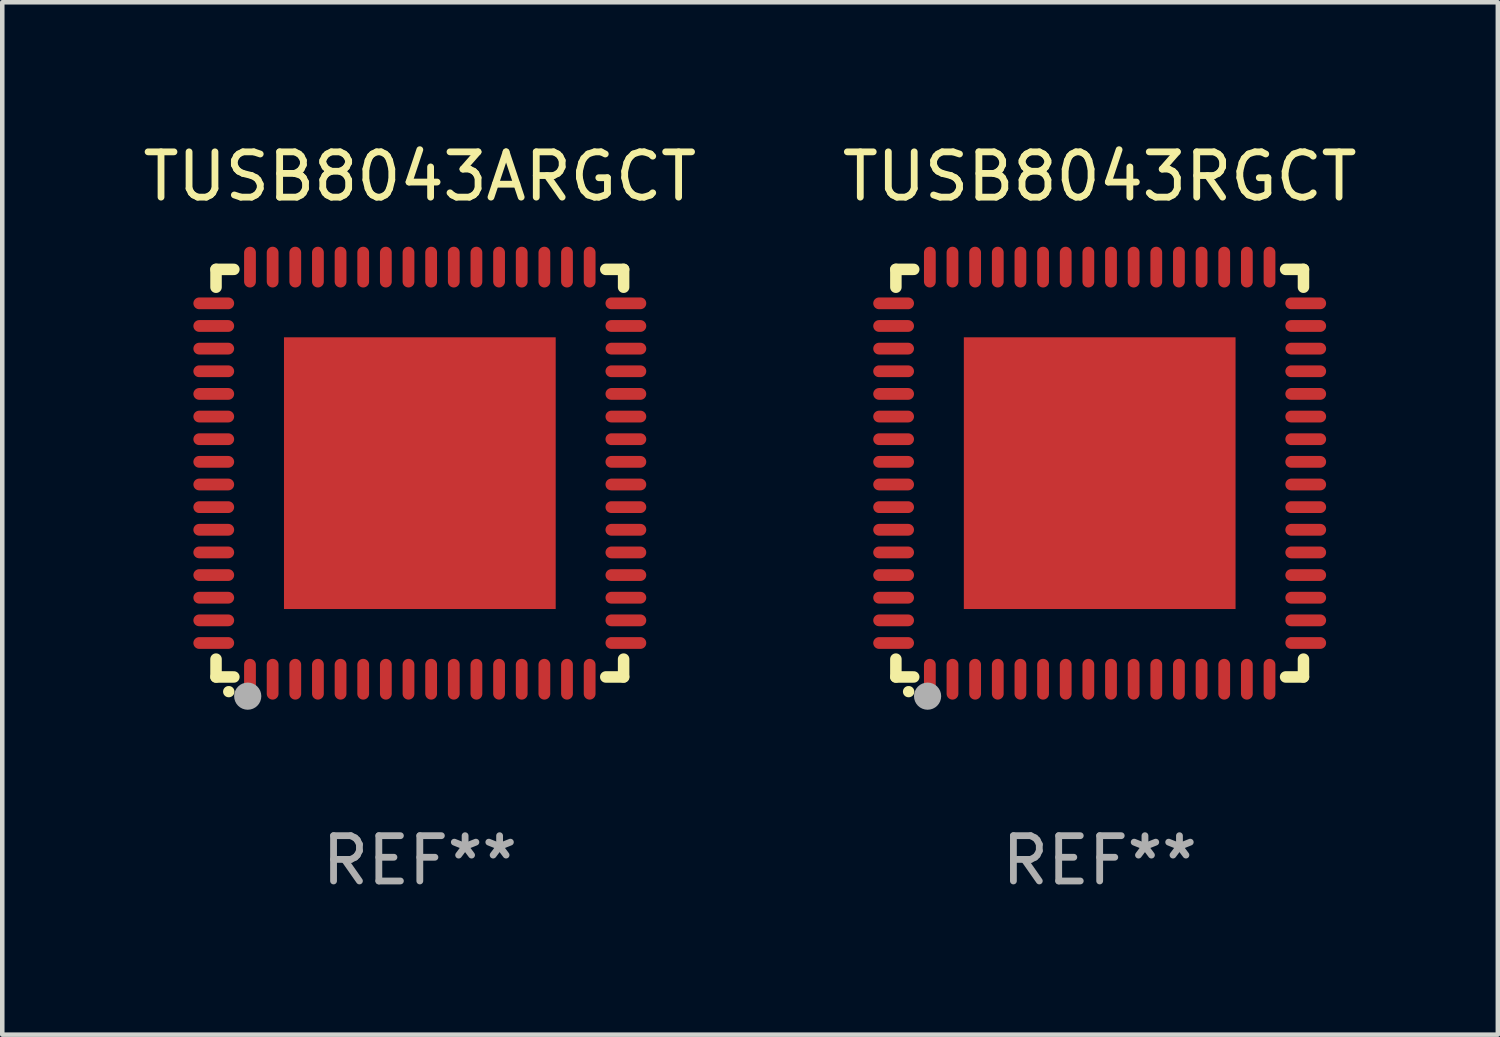
<source format=kicad_pcb>
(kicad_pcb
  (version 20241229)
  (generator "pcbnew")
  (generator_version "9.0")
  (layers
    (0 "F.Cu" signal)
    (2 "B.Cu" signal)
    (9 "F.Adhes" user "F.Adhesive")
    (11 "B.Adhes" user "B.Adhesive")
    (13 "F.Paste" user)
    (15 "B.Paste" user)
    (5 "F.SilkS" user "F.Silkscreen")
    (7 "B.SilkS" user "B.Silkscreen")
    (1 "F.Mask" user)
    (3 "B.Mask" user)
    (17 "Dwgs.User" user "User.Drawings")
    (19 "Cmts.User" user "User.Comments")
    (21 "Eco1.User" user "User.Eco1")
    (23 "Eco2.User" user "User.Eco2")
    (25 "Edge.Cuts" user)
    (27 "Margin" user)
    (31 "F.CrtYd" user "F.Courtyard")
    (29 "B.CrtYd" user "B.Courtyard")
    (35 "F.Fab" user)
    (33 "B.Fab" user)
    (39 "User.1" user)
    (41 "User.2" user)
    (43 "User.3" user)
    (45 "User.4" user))
  (footprint "TUSB8043ARGCT"
    (layer "F.Cu")
    (at 6.22 7.398)
    (property "Reference" "TUSB8043ARGCT" (at 0 -6.55 0) (layer "F.SilkS") (effects (font (size 1 1) (thickness 0.15))))
    (attr through_hole)
    (fp_line (start -4.5 -4.5) (end -4.106 -4.5) (stroke (width 0.254) (type solid)) (layer "F.SilkS"))
    (fp_line (start -4.5 -4.106) (end -4.5 -4.5) (stroke (width 0.254) (type solid)) (layer "F.SilkS"))
    (fp_line (start -4.5 4.5) (end -4.5 4.106) (stroke (width 0.254) (type solid)) (layer "F.SilkS"))
    (fp_line (start -4.106 4.5) (end -4.5 4.5) (stroke (width 0.254) (type solid)) (layer "F.SilkS"))
    (fp_line (start 4.106 -4.5) (end 4.5 -4.5) (stroke (width 0.254) (type solid)) (layer "F.SilkS"))
    (fp_line (start 4.5 -4.5) (end 4.5 -4.106) (stroke (width 0.254) (type solid)) (layer "F.SilkS"))
    (fp_line (start 4.5 4.106) (end 4.5 4.5) (stroke (width 0.254) (type solid)) (layer "F.SilkS"))
    (fp_line (start 4.5 4.5) (end 4.106 4.5) (stroke (width 0.254) (type solid)) (layer "F.SilkS"))
    (fp_arc (start -4.220041 4.824308) (mid -4.218771 4.824302) (end -4.217501 4.824308) (stroke (width 0.24892) (type solid)) (layer "F.SilkS"))
    (fp_circle (center -4.5 4.5) (end -4.47 4.5) (stroke (width 0.06) (type solid)) (fill no) (layer "F.SilkS"))
    (fp_circle (center -3.8 4.924) (end -3.65 4.924) (stroke (width 0.3) (type solid)) (fill no) (layer "F.Fab"))
    (fp_text user "REF**" (at 0 8.55 0) (layer "F.Fab") (effects (font (size 1 1) (thickness 0.15))))
    (pad "1" smd oval (at -3.75 4.55 90) (size 0.9 0.26) (layers "F.Cu" "F.Mask" "F.Paste"))
    (pad "2" smd oval (at -3.25 4.55 90) (size 0.9 0.26) (layers "F.Cu" "F.Mask" "F.Paste"))
    (pad "3" smd oval (at -2.75 4.55 90) (size 0.9 0.26) (layers "F.Cu" "F.Mask" "F.Paste"))
    (pad "4" smd oval (at -2.25 4.55 90) (size 0.9 0.26) (layers "F.Cu" "F.Mask" "F.Paste"))
    (pad "5" smd oval (at -1.75 4.55 90) (size 0.9 0.26) (layers "F.Cu" "F.Mask" "F.Paste"))
    (pad "6" smd oval (at -1.25 4.55 90) (size 0.9 0.26) (layers "F.Cu" "F.Mask" "F.Paste"))
    (pad "7" smd oval (at -0.75 4.55 90) (size 0.9 0.26) (layers "F.Cu" "F.Mask" "F.Paste"))
    (pad "8" smd oval (at -0.25 4.55 90) (size 0.9 0.26) (layers "F.Cu" "F.Mask" "F.Paste"))
    (pad "9" smd oval (at 0.25 4.55 90) (size 0.9 0.26) (layers "F.Cu" "F.Mask" "F.Paste"))
    (pad "10" smd oval (at 0.75 4.55 90) (size 0.9 0.26) (layers "F.Cu" "F.Mask" "F.Paste"))
    (pad "11" smd oval (at 1.25 4.55 90) (size 0.9 0.26) (layers "F.Cu" "F.Mask" "F.Paste"))
    (pad "12" smd oval (at 1.75 4.55 90) (size 0.9 0.26) (layers "F.Cu" "F.Mask" "F.Paste"))
    (pad "13" smd oval (at 2.25 4.55 90) (size 0.9 0.26) (layers "F.Cu" "F.Mask" "F.Paste"))
    (pad "14" smd oval (at 2.75 4.55 90) (size 0.9 0.26) (layers "F.Cu" "F.Mask" "F.Paste"))
    (pad "15" smd oval (at 3.25 4.55 90) (size 0.9 0.26) (layers "F.Cu" "F.Mask" "F.Paste"))
    (pad "16" smd oval (at 3.75 4.55 90) (size 0.9 0.26) (layers "F.Cu" "F.Mask" "F.Paste"))
    (pad "17" smd oval (at 4.55 3.75 90) (size 0.26 0.9) (layers "F.Cu" "F.Mask" "F.Paste"))
    (pad "18" smd oval (at 4.55 3.25 90) (size 0.26 0.9) (layers "F.Cu" "F.Mask" "F.Paste"))
    (pad "19" smd oval (at 4.55 2.75 90) (size 0.26 0.9) (layers "F.Cu" "F.Mask" "F.Paste"))
    (pad "20" smd oval (at 4.55 2.25 90) (size 0.26 0.9) (layers "F.Cu" "F.Mask" "F.Paste"))
    (pad "21" smd oval (at 4.55 1.75 90) (size 0.26 0.9) (layers "F.Cu" "F.Mask" "F.Paste"))
    (pad "22" smd oval (at 4.55 1.25 90) (size 0.26 0.9) (layers "F.Cu" "F.Mask" "F.Paste"))
    (pad "23" smd oval (at 4.55 0.75 90) (size 0.26 0.9) (layers "F.Cu" "F.Mask" "F.Paste"))
    (pad "24" smd oval (at 4.55 0.25 90) (size 0.26 0.9) (layers "F.Cu" "F.Mask" "F.Paste"))
    (pad "25" smd oval (at 4.55 -0.25 90) (size 0.26 0.9) (layers "F.Cu" "F.Mask" "F.Paste"))
    (pad "26" smd oval (at 4.55 -0.75 90) (size 0.26 0.9) (layers "F.Cu" "F.Mask" "F.Paste"))
    (pad "27" smd oval (at 4.55 -1.25 90) (size 0.26 0.9) (layers "F.Cu" "F.Mask" "F.Paste"))
    (pad "28" smd oval (at 4.55 -1.75 90) (size 0.26 0.9) (layers "F.Cu" "F.Mask" "F.Paste"))
    (pad "29" smd oval (at 4.55 -2.25 90) (size 0.26 0.9) (layers "F.Cu" "F.Mask" "F.Paste"))
    (pad "30" smd oval (at 4.55 -2.75 90) (size 0.26 0.9) (layers "F.Cu" "F.Mask" "F.Paste"))
    (pad "31" smd oval (at 4.55 -3.25 90) (size 0.26 0.9) (layers "F.Cu" "F.Mask" "F.Paste"))
    (pad "32" smd oval (at 4.55 -3.75 90) (size 0.26 0.9) (layers "F.Cu" "F.Mask" "F.Paste"))
    (pad "33" smd oval (at 3.75 -4.55 90) (size 0.9 0.26) (layers "F.Cu" "F.Mask" "F.Paste"))
    (pad "34" smd oval (at 3.25 -4.55 90) (size 0.9 0.26) (layers "F.Cu" "F.Mask" "F.Paste"))
    (pad "35" smd oval (at 2.75 -4.55 90) (size 0.9 0.26) (layers "F.Cu" "F.Mask" "F.Paste"))
    (pad "36" smd oval (at 2.25 -4.55 90) (size 0.9 0.26) (layers "F.Cu" "F.Mask" "F.Paste"))
    (pad "37" smd oval (at 1.75 -4.55 90) (size 0.9 0.26) (layers "F.Cu" "F.Mask" "F.Paste"))
    (pad "38" smd oval (at 1.25 -4.55 90) (size 0.9 0.26) (layers "F.Cu" "F.Mask" "F.Paste"))
    (pad "39" smd oval (at 0.75 -4.55 90) (size 0.9 0.26) (layers "F.Cu" "F.Mask" "F.Paste"))
    (pad "40" smd oval (at 0.25 -4.55 90) (size 0.9 0.26) (layers "F.Cu" "F.Mask" "F.Paste"))
    (pad "41" smd oval (at -0.25 -4.55 90) (size 0.9 0.26) (layers "F.Cu" "F.Mask" "F.Paste"))
    (pad "42" smd oval (at -0.75 -4.55 90) (size 0.9 0.26) (layers "F.Cu" "F.Mask" "F.Paste"))
    (pad "43" smd oval (at -1.25 -4.55 90) (size 0.9 0.26) (layers "F.Cu" "F.Mask" "F.Paste"))
    (pad "44" smd oval (at -1.75 -4.55 90) (size 0.9 0.26) (layers "F.Cu" "F.Mask" "F.Paste"))
    (pad "45" smd oval (at -2.25 -4.55 90) (size 0.9 0.26) (layers "F.Cu" "F.Mask" "F.Paste"))
    (pad "46" smd oval (at -2.75 -4.55 90) (size 0.9 0.26) (layers "F.Cu" "F.Mask" "F.Paste"))
    (pad "47" smd oval (at -3.25 -4.55 90) (size 0.9 0.26) (layers "F.Cu" "F.Mask" "F.Paste"))
    (pad "48" smd oval (at -3.75 -4.55 90) (size 0.9 0.26) (layers "F.Cu" "F.Mask" "F.Paste"))
    (pad "49" smd oval (at -4.55 -3.75 90) (size 0.26 0.9) (layers "F.Cu" "F.Mask" "F.Paste"))
    (pad "50" smd oval (at -4.55 -3.25 90) (size 0.26 0.9) (layers "F.Cu" "F.Mask" "F.Paste"))
    (pad "51" smd oval (at -4.55 -2.75 90) (size 0.26 0.9) (layers "F.Cu" "F.Mask" "F.Paste"))
    (pad "52" smd oval (at -4.55 -2.25 90) (size 0.26 0.9) (layers "F.Cu" "F.Mask" "F.Paste"))
    (pad "53" smd oval (at -4.55 -1.75 90) (size 0.26 0.9) (layers "F.Cu" "F.Mask" "F.Paste"))
    (pad "54" smd oval (at -4.55 -1.25 90) (size 0.26 0.9) (layers "F.Cu" "F.Mask" "F.Paste"))
    (pad "55" smd oval (at -4.55 -0.75 90) (size 0.26 0.9) (layers "F.Cu" "F.Mask" "F.Paste"))
    (pad "56" smd oval (at -4.55 -0.25 90) (size 0.26 0.9) (layers "F.Cu" "F.Mask" "F.Paste"))
    (pad "57" smd oval (at -4.55 0.25 90) (size 0.26 0.9) (layers "F.Cu" "F.Mask" "F.Paste"))
    (pad "58" smd oval (at -4.55 0.75 90) (size 0.26 0.9) (layers "F.Cu" "F.Mask" "F.Paste"))
    (pad "59" smd oval (at -4.55 1.25 90) (size 0.26 0.9) (layers "F.Cu" "F.Mask" "F.Paste"))
    (pad "60" smd oval (at -4.55 1.75 90) (size 0.26 0.9) (layers "F.Cu" "F.Mask" "F.Paste"))
    (pad "61" smd oval (at -4.55 2.25 90) (size 0.26 0.9) (layers "F.Cu" "F.Mask" "F.Paste"))
    (pad "62" smd oval (at -4.55 2.75 90) (size 0.26 0.9) (layers "F.Cu" "F.Mask" "F.Paste"))
    (pad "63" smd oval (at -4.55 3.25 90) (size 0.26 0.9) (layers "F.Cu" "F.Mask" "F.Paste"))
    (pad "64" smd oval (at -4.55 3.75 90) (size 0.26 0.9) (layers "F.Cu" "F.Mask" "F.Paste"))
    (pad "65" smd rect (at 0.000381 0 90) (size 6 6) (layers "F.Cu" "F.Mask" "F.Paste")))
  (footprint "TUSB8043RGCT"
    (layer "F.Cu")
    (at 21.232 7.398)
    (property "Reference" "TUSB8043RGCT" (at 0 -6.55 0) (layer "F.SilkS") (effects (font (size 1 1) (thickness 0.15))))
    (attr through_hole)
    (fp_line (start -4.5 -4.5) (end -4.106 -4.5) (stroke (width 0.254) (type solid)) (layer "F.SilkS"))
    (fp_line (start -4.5 -4.106) (end -4.5 -4.5) (stroke (width 0.254) (type solid)) (layer "F.SilkS"))
    (fp_line (start -4.5 4.5) (end -4.5 4.106) (stroke (width 0.254) (type solid)) (layer "F.SilkS"))
    (fp_line (start -4.106 4.5) (end -4.5 4.5) (stroke (width 0.254) (type solid)) (layer "F.SilkS"))
    (fp_line (start 4.106 -4.5) (end 4.5 -4.5) (stroke (width 0.254) (type solid)) (layer "F.SilkS"))
    (fp_line (start 4.5 -4.5) (end 4.5 -4.106) (stroke (width 0.254) (type solid)) (layer "F.SilkS"))
    (fp_line (start 4.5 4.106) (end 4.5 4.5) (stroke (width 0.254) (type solid)) (layer "F.SilkS"))
    (fp_line (start 4.5 4.5) (end 4.106 4.5) (stroke (width 0.254) (type solid)) (layer "F.SilkS"))
    (fp_arc (start -4.220041 4.824308) (mid -4.218771 4.824302) (end -4.217501 4.824308) (stroke (width 0.24892) (type solid)) (layer "F.SilkS"))
    (fp_circle (center -4.5 4.5) (end -4.47 4.5) (stroke (width 0.06) (type solid)) (fill no) (layer "F.SilkS"))
    (fp_circle (center -3.8 4.924) (end -3.65 4.924) (stroke (width 0.3) (type solid)) (fill no) (layer "F.Fab"))
    (fp_text user "REF**" (at 0 8.55 0) (layer "F.Fab") (effects (font (size 1 1) (thickness 0.15))))
    (pad "1" smd oval (at -3.75 4.55 90) (size 0.9 0.26) (layers "F.Cu" "F.Mask" "F.Paste"))
    (pad "2" smd oval (at -3.25 4.55 90) (size 0.9 0.26) (layers "F.Cu" "F.Mask" "F.Paste"))
    (pad "3" smd oval (at -2.75 4.55 90) (size 0.9 0.26) (layers "F.Cu" "F.Mask" "F.Paste"))
    (pad "4" smd oval (at -2.25 4.55 90) (size 0.9 0.26) (layers "F.Cu" "F.Mask" "F.Paste"))
    (pad "5" smd oval (at -1.75 4.55 90) (size 0.9 0.26) (layers "F.Cu" "F.Mask" "F.Paste"))
    (pad "6" smd oval (at -1.25 4.55 90) (size 0.9 0.26) (layers "F.Cu" "F.Mask" "F.Paste"))
    (pad "7" smd oval (at -0.75 4.55 90) (size 0.9 0.26) (layers "F.Cu" "F.Mask" "F.Paste"))
    (pad "8" smd oval (at -0.25 4.55 90) (size 0.9 0.26) (layers "F.Cu" "F.Mask" "F.Paste"))
    (pad "9" smd oval (at 0.25 4.55 90) (size 0.9 0.26) (layers "F.Cu" "F.Mask" "F.Paste"))
    (pad "10" smd oval (at 0.75 4.55 90) (size 0.9 0.26) (layers "F.Cu" "F.Mask" "F.Paste"))
    (pad "11" smd oval (at 1.25 4.55 90) (size 0.9 0.26) (layers "F.Cu" "F.Mask" "F.Paste"))
    (pad "12" smd oval (at 1.75 4.55 90) (size 0.9 0.26) (layers "F.Cu" "F.Mask" "F.Paste"))
    (pad "13" smd oval (at 2.25 4.55 90) (size 0.9 0.26) (layers "F.Cu" "F.Mask" "F.Paste"))
    (pad "14" smd oval (at 2.75 4.55 90) (size 0.9 0.26) (layers "F.Cu" "F.Mask" "F.Paste"))
    (pad "15" smd oval (at 3.25 4.55 90) (size 0.9 0.26) (layers "F.Cu" "F.Mask" "F.Paste"))
    (pad "16" smd oval (at 3.75 4.55 90) (size 0.9 0.26) (layers "F.Cu" "F.Mask" "F.Paste"))
    (pad "17" smd oval (at 4.55 3.75 90) (size 0.26 0.9) (layers "F.Cu" "F.Mask" "F.Paste"))
    (pad "18" smd oval (at 4.55 3.25 90) (size 0.26 0.9) (layers "F.Cu" "F.Mask" "F.Paste"))
    (pad "19" smd oval (at 4.55 2.75 90) (size 0.26 0.9) (layers "F.Cu" "F.Mask" "F.Paste"))
    (pad "20" smd oval (at 4.55 2.25 90) (size 0.26 0.9) (layers "F.Cu" "F.Mask" "F.Paste"))
    (pad "21" smd oval (at 4.55 1.75 90) (size 0.26 0.9) (layers "F.Cu" "F.Mask" "F.Paste"))
    (pad "22" smd oval (at 4.55 1.25 90) (size 0.26 0.9) (layers "F.Cu" "F.Mask" "F.Paste"))
    (pad "23" smd oval (at 4.55 0.75 90) (size 0.26 0.9) (layers "F.Cu" "F.Mask" "F.Paste"))
    (pad "24" smd oval (at 4.55 0.25 90) (size 0.26 0.9) (layers "F.Cu" "F.Mask" "F.Paste"))
    (pad "25" smd oval (at 4.55 -0.25 90) (size 0.26 0.9) (layers "F.Cu" "F.Mask" "F.Paste"))
    (pad "26" smd oval (at 4.55 -0.75 90) (size 0.26 0.9) (layers "F.Cu" "F.Mask" "F.Paste"))
    (pad "27" smd oval (at 4.55 -1.25 90) (size 0.26 0.9) (layers "F.Cu" "F.Mask" "F.Paste"))
    (pad "28" smd oval (at 4.55 -1.75 90) (size 0.26 0.9) (layers "F.Cu" "F.Mask" "F.Paste"))
    (pad "29" smd oval (at 4.55 -2.25 90) (size 0.26 0.9) (layers "F.Cu" "F.Mask" "F.Paste"))
    (pad "30" smd oval (at 4.55 -2.75 90) (size 0.26 0.9) (layers "F.Cu" "F.Mask" "F.Paste"))
    (pad "31" smd oval (at 4.55 -3.25 90) (size 0.26 0.9) (layers "F.Cu" "F.Mask" "F.Paste"))
    (pad "32" smd oval (at 4.55 -3.75 90) (size 0.26 0.9) (layers "F.Cu" "F.Mask" "F.Paste"))
    (pad "33" smd oval (at 3.75 -4.55 90) (size 0.9 0.26) (layers "F.Cu" "F.Mask" "F.Paste"))
    (pad "34" smd oval (at 3.25 -4.55 90) (size 0.9 0.26) (layers "F.Cu" "F.Mask" "F.Paste"))
    (pad "35" smd oval (at 2.75 -4.55 90) (size 0.9 0.26) (layers "F.Cu" "F.Mask" "F.Paste"))
    (pad "36" smd oval (at 2.25 -4.55 90) (size 0.9 0.26) (layers "F.Cu" "F.Mask" "F.Paste"))
    (pad "37" smd oval (at 1.75 -4.55 90) (size 0.9 0.26) (layers "F.Cu" "F.Mask" "F.Paste"))
    (pad "38" smd oval (at 1.25 -4.55 90) (size 0.9 0.26) (layers "F.Cu" "F.Mask" "F.Paste"))
    (pad "39" smd oval (at 0.75 -4.55 90) (size 0.9 0.26) (layers "F.Cu" "F.Mask" "F.Paste"))
    (pad "40" smd oval (at 0.25 -4.55 90) (size 0.9 0.26) (layers "F.Cu" "F.Mask" "F.Paste"))
    (pad "41" smd oval (at -0.25 -4.55 90) (size 0.9 0.26) (layers "F.Cu" "F.Mask" "F.Paste"))
    (pad "42" smd oval (at -0.75 -4.55 90) (size 0.9 0.26) (layers "F.Cu" "F.Mask" "F.Paste"))
    (pad "43" smd oval (at -1.25 -4.55 90) (size 0.9 0.26) (layers "F.Cu" "F.Mask" "F.Paste"))
    (pad "44" smd oval (at -1.75 -4.55 90) (size 0.9 0.26) (layers "F.Cu" "F.Mask" "F.Paste"))
    (pad "45" smd oval (at -2.25 -4.55 90) (size 0.9 0.26) (layers "F.Cu" "F.Mask" "F.Paste"))
    (pad "46" smd oval (at -2.75 -4.55 90) (size 0.9 0.26) (layers "F.Cu" "F.Mask" "F.Paste"))
    (pad "47" smd oval (at -3.25 -4.55 90) (size 0.9 0.26) (layers "F.Cu" "F.Mask" "F.Paste"))
    (pad "48" smd oval (at -3.75 -4.55 90) (size 0.9 0.26) (layers "F.Cu" "F.Mask" "F.Paste"))
    (pad "49" smd oval (at -4.55 -3.75 90) (size 0.26 0.9) (layers "F.Cu" "F.Mask" "F.Paste"))
    (pad "50" smd oval (at -4.55 -3.25 90) (size 0.26 0.9) (layers "F.Cu" "F.Mask" "F.Paste"))
    (pad "51" smd oval (at -4.55 -2.75 90) (size 0.26 0.9) (layers "F.Cu" "F.Mask" "F.Paste"))
    (pad "52" smd oval (at -4.55 -2.25 90) (size 0.26 0.9) (layers "F.Cu" "F.Mask" "F.Paste"))
    (pad "53" smd oval (at -4.55 -1.75 90) (size 0.26 0.9) (layers "F.Cu" "F.Mask" "F.Paste"))
    (pad "54" smd oval (at -4.55 -1.25 90) (size 0.26 0.9) (layers "F.Cu" "F.Mask" "F.Paste"))
    (pad "55" smd oval (at -4.55 -0.75 90) (size 0.26 0.9) (layers "F.Cu" "F.Mask" "F.Paste"))
    (pad "56" smd oval (at -4.55 -0.25 90) (size 0.26 0.9) (layers "F.Cu" "F.Mask" "F.Paste"))
    (pad "57" smd oval (at -4.55 0.25 90) (size 0.26 0.9) (layers "F.Cu" "F.Mask" "F.Paste"))
    (pad "58" smd oval (at -4.55 0.75 90) (size 0.26 0.9) (layers "F.Cu" "F.Mask" "F.Paste"))
    (pad "59" smd oval (at -4.55 1.25 90) (size 0.26 0.9) (layers "F.Cu" "F.Mask" "F.Paste"))
    (pad "60" smd oval (at -4.55 1.75 90) (size 0.26 0.9) (layers "F.Cu" "F.Mask" "F.Paste"))
    (pad "61" smd oval (at -4.55 2.25 90) (size 0.26 0.9) (layers "F.Cu" "F.Mask" "F.Paste"))
    (pad "62" smd oval (at -4.55 2.75 90) (size 0.26 0.9) (layers "F.Cu" "F.Mask" "F.Paste"))
    (pad "63" smd oval (at -4.55 3.25 90) (size 0.26 0.9) (layers "F.Cu" "F.Mask" "F.Paste"))
    (pad "64" smd oval (at -4.55 3.75 90) (size 0.26 0.9) (layers "F.Cu" "F.Mask" "F.Paste"))
    (pad "65" smd rect (at 0.000381 0 90) (size 6 6) (layers "F.Cu" "F.Mask" "F.Paste")))
  (gr_rect
    (start -3 -3)
    (end 30.024 19.796)
    (stroke (width 0.1) (type default))
    (fill no)
    (layer "Edge.Cuts")))
</source>
